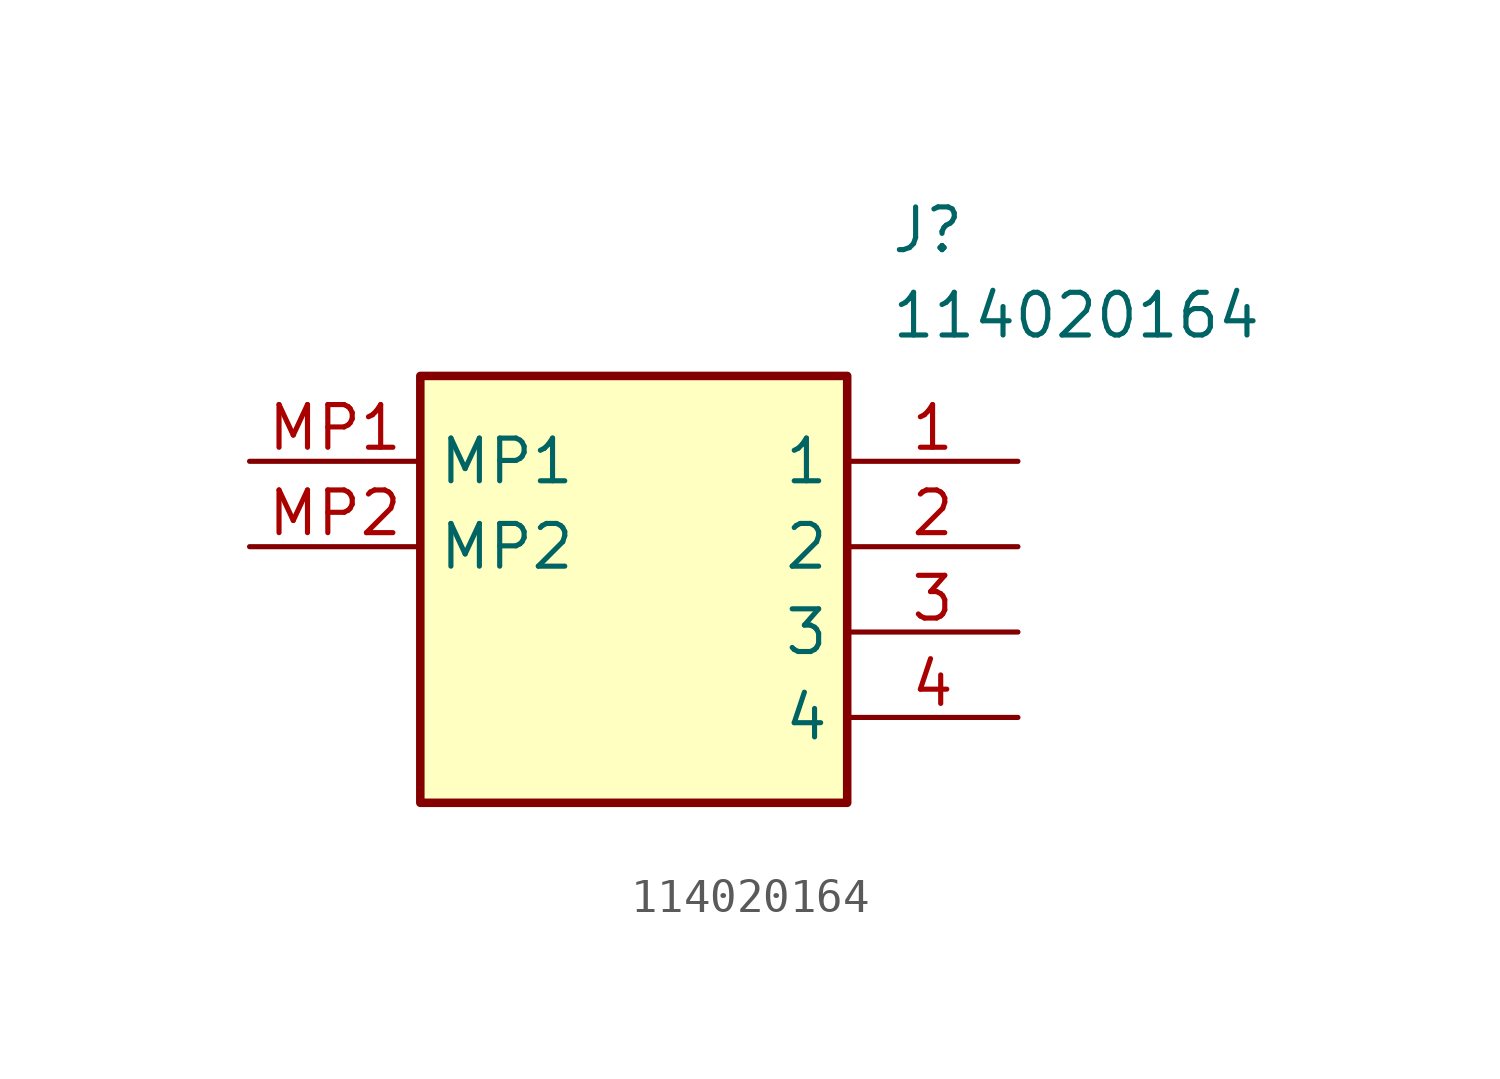
<source format=kicad_sym>
(kicad_symbol_lib
  (version 20211014)
  (generator SamacSys_ECAD_Model)
  (symbol "114020164"
    (property "Reference" "J"
      (at 19.05 7.62 0)
      (effects (font (size 1.27 1.27)) (justify left top)))
    (property "Value" "114020164"
      (at 19.05 5.08 0)
      (effects (font (size 1.27 1.27)) (justify left top)))
    (rectangle
      (start 5.08 2.54)
      (end 17.78 -10.16)
      (stroke (width 0.254) (type default))
      (fill (type background)))
    (pin passive line
      (at 22.86 0 180)
      (length 5.08)
      (name "1" (effects (font (size 1.27 1.27))))
      (number "1" (effects (font (size 1.27 1.27)))))
    (pin passive line
      (at 22.86 -2.54 180)
      (length 5.08)
      (name "2" (effects (font (size 1.27 1.27))))
      (number "2" (effects (font (size 1.27 1.27)))))
    (pin passive line
      (at 22.86 -5.08 180)
      (length 5.08)
      (name "3" (effects (font (size 1.27 1.27))))
      (number "3" (effects (font (size 1.27 1.27)))))
    (pin passive line
      (at 22.86 -7.62 180)
      (length 5.08)
      (name "4" (effects (font (size 1.27 1.27))))
      (number "4" (effects (font (size 1.27 1.27)))))
    (pin passive line
      (at 0 0 0)
      (length 5.08)
      (name "MP1" (effects (font (size 1.27 1.27))))
      (number "MP1" (effects (font (size 1.27 1.27)))))
    (pin passive line
      (at 0 -2.54 0)
      (length 5.08)
      (name "MP2" (effects (font (size 1.27 1.27))))
      (number "MP2" (effects (font (size 1.27 1.27)))))))
</source>
